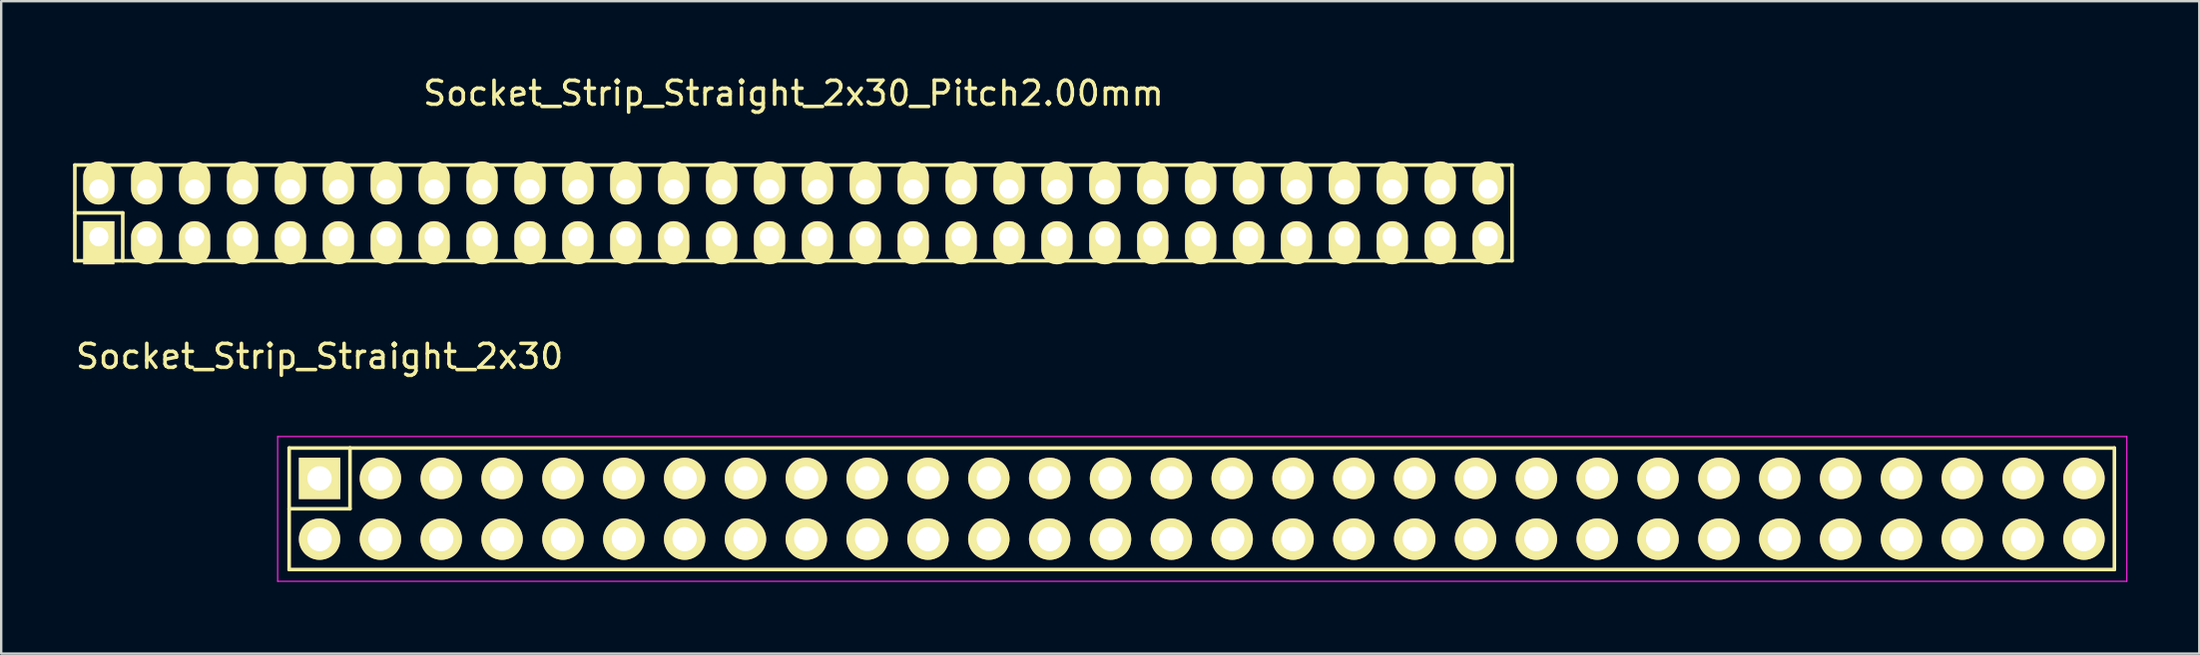
<source format=kicad_pcb>
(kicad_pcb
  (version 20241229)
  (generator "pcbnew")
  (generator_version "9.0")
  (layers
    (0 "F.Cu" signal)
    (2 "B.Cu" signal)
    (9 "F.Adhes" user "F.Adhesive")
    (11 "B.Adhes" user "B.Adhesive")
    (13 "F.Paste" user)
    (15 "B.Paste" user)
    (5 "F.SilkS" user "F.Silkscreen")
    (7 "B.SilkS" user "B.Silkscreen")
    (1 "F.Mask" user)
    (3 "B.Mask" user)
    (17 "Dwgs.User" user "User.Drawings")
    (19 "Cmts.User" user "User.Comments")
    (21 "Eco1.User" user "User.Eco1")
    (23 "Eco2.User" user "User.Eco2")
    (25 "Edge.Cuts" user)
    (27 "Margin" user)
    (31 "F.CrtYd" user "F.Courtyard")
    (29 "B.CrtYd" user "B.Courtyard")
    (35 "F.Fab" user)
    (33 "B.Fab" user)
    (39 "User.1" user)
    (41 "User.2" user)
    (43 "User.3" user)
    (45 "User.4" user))
  (footprint "Socket_Strip_Straight_2x30_Pitch2.00mm"
    (layer "F.Cu")
    (at 30.075 5.848)
    (property "Reference" "Socket_Strip_Straight_2x30_Pitch2.00mm" (at 0 -5 0) (layer "F.SilkS") (effects (font (size 1 1) (thickness 0.15))))
    (attr through_hole)
    (fp_line (start -30 -2) (end 30 -2) (stroke (width 0.15) (type solid)) (layer "F.SilkS"))
    (fp_line (start -30 0) (end -28 0) (stroke (width 0.15) (type solid)) (layer "F.SilkS"))
    (fp_line (start -30 2) (end -30 -2) (stroke (width 0.15) (type solid)) (layer "F.SilkS"))
    (fp_line (start -28 0) (end -28 2) (stroke (width 0.15) (type solid)) (layer "F.SilkS"))
    (fp_line (start 30 -2) (end 30 2) (stroke (width 0.15) (type solid)) (layer "F.SilkS"))
    (fp_line (start 30 2) (end -30 2) (stroke (width 0.15) (type solid)) (layer "F.SilkS"))
    (pad "1" thru_hole rect (at -29 1) (size 1.3 1.8) (drill 0.8 (offset 0 0.25)) (layers "*.Cu" "*.Mask" "F.SilkS"))
    (pad "2" thru_hole oval (at -29 -1) (size 1.3 1.8) (drill 0.8 (offset 0 -0.25)) (layers "*.Cu" "*.Mask" "F.SilkS"))
    (pad "3" thru_hole oval (at -27 1) (size 1.3 1.8) (drill 0.8 (offset 0 0.25)) (layers "*.Cu" "*.Mask" "F.SilkS"))
    (pad "4" thru_hole oval (at -27 -1) (size 1.3 1.8) (drill 0.8 (offset 0 -0.25)) (layers "*.Cu" "*.Mask" "F.SilkS"))
    (pad "5" thru_hole oval (at -25 1) (size 1.3 1.8) (drill 0.8 (offset 0 0.25)) (layers "*.Cu" "*.Mask" "F.SilkS"))
    (pad "6" thru_hole oval (at -25 -1) (size 1.3 1.8) (drill 0.8 (offset 0 -0.25)) (layers "*.Cu" "*.Mask" "F.SilkS"))
    (pad "7" thru_hole oval (at -23 1) (size 1.3 1.8) (drill 0.8 (offset 0 0.25)) (layers "*.Cu" "*.Mask" "F.SilkS"))
    (pad "8" thru_hole oval (at -23 -1) (size 1.3 1.8) (drill 0.8 (offset 0 -0.25)) (layers "*.Cu" "*.Mask" "F.SilkS"))
    (pad "9" thru_hole oval (at -21 1) (size 1.3 1.8) (drill 0.8 (offset 0 0.25)) (layers "*.Cu" "*.Mask" "F.SilkS"))
    (pad "10" thru_hole oval (at -21 -1) (size 1.3 1.8) (drill 0.8 (offset 0 -0.25)) (layers "*.Cu" "*.Mask" "F.SilkS"))
    (pad "11" thru_hole oval (at -19 1) (size 1.3 1.8) (drill 0.8 (offset 0 0.25)) (layers "*.Cu" "*.Mask" "F.SilkS"))
    (pad "12" thru_hole oval (at -19 -1) (size 1.3 1.8) (drill 0.8 (offset 0 -0.25)) (layers "*.Cu" "*.Mask" "F.SilkS"))
    (pad "13" thru_hole oval (at -17 1) (size 1.3 1.8) (drill 0.8 (offset 0 0.25)) (layers "*.Cu" "*.Mask" "F.SilkS"))
    (pad "14" thru_hole oval (at -17 -1) (size 1.3 1.8) (drill 0.8 (offset 0 -0.25)) (layers "*.Cu" "*.Mask" "F.SilkS"))
    (pad "15" thru_hole oval (at -15 1) (size 1.3 1.8) (drill 0.8 (offset 0 0.25)) (layers "*.Cu" "*.Mask" "F.SilkS"))
    (pad "16" thru_hole oval (at -15 -1) (size 1.3 1.8) (drill 0.8 (offset 0 -0.25)) (layers "*.Cu" "*.Mask" "F.SilkS"))
    (pad "17" thru_hole oval (at -13 1) (size 1.3 1.8) (drill 0.8 (offset 0 0.25)) (layers "*.Cu" "*.Mask" "F.SilkS"))
    (pad "18" thru_hole oval (at -13 -1) (size 1.3 1.8) (drill 0.8 (offset 0 -0.25)) (layers "*.Cu" "*.Mask" "F.SilkS"))
    (pad "19" thru_hole oval (at -11 1) (size 1.3 1.8) (drill 0.8 (offset 0 0.25)) (layers "*.Cu" "*.Mask" "F.SilkS"))
    (pad "20" thru_hole oval (at -11 -1) (size 1.3 1.8) (drill 0.8 (offset 0 -0.25)) (layers "*.Cu" "*.Mask" "F.SilkS"))
    (pad "21" thru_hole oval (at -9 1) (size 1.3 1.8) (drill 0.8 (offset 0 0.25)) (layers "*.Cu" "*.Mask" "F.SilkS"))
    (pad "22" thru_hole oval (at -9 -1) (size 1.3 1.8) (drill 0.8 (offset 0 -0.25)) (layers "*.Cu" "*.Mask" "F.SilkS"))
    (pad "23" thru_hole oval (at -7 1) (size 1.3 1.8) (drill 0.8 (offset 0 0.25)) (layers "*.Cu" "*.Mask" "F.SilkS"))
    (pad "24" thru_hole oval (at -7 -1) (size 1.3 1.8) (drill 0.8 (offset 0 -0.25)) (layers "*.Cu" "*.Mask" "F.SilkS"))
    (pad "25" thru_hole oval (at -5 1) (size 1.3 1.8) (drill 0.8 (offset 0 0.25)) (layers "*.Cu" "*.Mask" "F.SilkS"))
    (pad "26" thru_hole oval (at -5 -1) (size 1.3 1.8) (drill 0.8 (offset 0 -0.25)) (layers "*.Cu" "*.Mask" "F.SilkS"))
    (pad "27" thru_hole oval (at -3 1) (size 1.3 1.8) (drill 0.8 (offset 0 0.25)) (layers "*.Cu" "*.Mask" "F.SilkS"))
    (pad "28" thru_hole oval (at -3 -1) (size 1.3 1.8) (drill 0.8 (offset 0 -0.25)) (layers "*.Cu" "*.Mask" "F.SilkS"))
    (pad "29" thru_hole oval (at -1 1) (size 1.3 1.8) (drill 0.8 (offset 0 0.25)) (layers "*.Cu" "*.Mask" "F.SilkS"))
    (pad "30" thru_hole oval (at -1 -1) (size 1.3 1.8) (drill 0.8 (offset 0 -0.25)) (layers "*.Cu" "*.Mask" "F.SilkS"))
    (pad "31" thru_hole oval (at 1 1) (size 1.3 1.8) (drill 0.8 (offset 0 0.25)) (layers "*.Cu" "*.Mask" "F.SilkS"))
    (pad "32" thru_hole oval (at 1 -1) (size 1.3 1.8) (drill 0.8 (offset 0 -0.25)) (layers "*.Cu" "*.Mask" "F.SilkS"))
    (pad "33" thru_hole oval (at 3 1) (size 1.3 1.8) (drill 0.8 (offset 0 0.25)) (layers "*.Cu" "*.Mask" "F.SilkS"))
    (pad "34" thru_hole oval (at 3 -1) (size 1.3 1.8) (drill 0.8 (offset 0 -0.25)) (layers "*.Cu" "*.Mask" "F.SilkS"))
    (pad "35" thru_hole oval (at 5 1) (size 1.3 1.8) (drill 0.8 (offset 0 0.25)) (layers "*.Cu" "*.Mask" "F.SilkS"))
    (pad "36" thru_hole oval (at 5 -1) (size 1.3 1.8) (drill 0.8 (offset 0 -0.25)) (layers "*.Cu" "*.Mask" "F.SilkS"))
    (pad "37" thru_hole oval (at 7 1) (size 1.3 1.8) (drill 0.8 (offset 0 0.25)) (layers "*.Cu" "*.Mask" "F.SilkS"))
    (pad "38" thru_hole oval (at 7 -1) (size 1.3 1.8) (drill 0.8 (offset 0 -0.25)) (layers "*.Cu" "*.Mask" "F.SilkS"))
    (pad "39" thru_hole oval (at 9 1) (size 1.3 1.8) (drill 0.8 (offset 0 0.25)) (layers "*.Cu" "*.Mask" "F.SilkS"))
    (pad "40" thru_hole oval (at 9 -1) (size 1.3 1.8) (drill 0.8 (offset 0 -0.25)) (layers "*.Cu" "*.Mask" "F.SilkS"))
    (pad "41" thru_hole oval (at 11 1) (size 1.3 1.8) (drill 0.8 (offset 0 0.25)) (layers "*.Cu" "*.Mask" "F.SilkS"))
    (pad "42" thru_hole oval (at 11 -1) (size 1.3 1.8) (drill 0.8 (offset 0 -0.25)) (layers "*.Cu" "*.Mask" "F.SilkS"))
    (pad "43" thru_hole oval (at 13 1) (size 1.3 1.8) (drill 0.8 (offset 0 0.25)) (layers "*.Cu" "*.Mask" "F.SilkS"))
    (pad "44" thru_hole oval (at 13 -1) (size 1.3 1.8) (drill 0.8 (offset 0 -0.25)) (layers "*.Cu" "*.Mask" "F.SilkS"))
    (pad "45" thru_hole oval (at 15 1) (size 1.3 1.8) (drill 0.8 (offset 0 0.25)) (layers "*.Cu" "*.Mask" "F.SilkS"))
    (pad "46" thru_hole oval (at 15 -1) (size 1.3 1.8) (drill 0.8 (offset 0 -0.25)) (layers "*.Cu" "*.Mask" "F.SilkS"))
    (pad "47" thru_hole oval (at 17 1) (size 1.3 1.8) (drill 0.8 (offset 0 0.25)) (layers "*.Cu" "*.Mask" "F.SilkS"))
    (pad "48" thru_hole oval (at 17 -1) (size 1.3 1.8) (drill 0.8 (offset 0 -0.25)) (layers "*.Cu" "*.Mask" "F.SilkS"))
    (pad "49" thru_hole oval (at 19 1) (size 1.3 1.8) (drill 0.8 (offset 0 0.25)) (layers "*.Cu" "*.Mask" "F.SilkS"))
    (pad "50" thru_hole oval (at 19 -1) (size 1.3 1.8) (drill 0.8 (offset 0 -0.25)) (layers "*.Cu" "*.Mask" "F.SilkS"))
    (pad "51" thru_hole oval (at 21 1) (size 1.3 1.8) (drill 0.8 (offset 0 0.25)) (layers "*.Cu" "*.Mask" "F.SilkS"))
    (pad "52" thru_hole oval (at 21 -1) (size 1.3 1.8) (drill 0.8 (offset 0 -0.25)) (layers "*.Cu" "*.Mask" "F.SilkS"))
    (pad "53" thru_hole oval (at 23 1) (size 1.3 1.8) (drill 0.8 (offset 0 0.25)) (layers "*.Cu" "*.Mask" "F.SilkS"))
    (pad "54" thru_hole oval (at 23 -1) (size 1.3 1.8) (drill 0.8 (offset 0 -0.25)) (layers "*.Cu" "*.Mask" "F.SilkS"))
    (pad "55" thru_hole oval (at 25 1) (size 1.3 1.8) (drill 0.8 (offset 0 0.25)) (layers "*.Cu" "*.Mask" "F.SilkS"))
    (pad "56" thru_hole oval (at 25 -1) (size 1.3 1.8) (drill 0.8 (offset 0 -0.25)) (layers "*.Cu" "*.Mask" "F.SilkS"))
    (pad "57" thru_hole oval (at 27 1) (size 1.3 1.8) (drill 0.8 (offset 0 0.25)) (layers "*.Cu" "*.Mask" "F.SilkS"))
    (pad "58" thru_hole oval (at 27 -1) (size 1.3 1.8) (drill 0.8 (offset 0 -0.25)) (layers "*.Cu" "*.Mask" "F.SilkS"))
    (pad "59" thru_hole oval (at 29 1) (size 1.3 1.8) (drill 0.8 (offset 0 0.25)) (layers "*.Cu" "*.Mask" "F.SilkS"))
    (pad "60" thru_hole oval (at 29 -1) (size 1.3 1.8) (drill 0.8 (offset 0 -0.25)) (layers "*.Cu" "*.Mask" "F.SilkS")))
  (footprint "Socket_Strip_Straight_2x30"
    (layer "F.Cu")
    (at 10.292 16.947)
    (property "Reference" "Socket_Strip_Straight_2x30" (at 0 -5.1 0) (layer "F.SilkS") (effects (font (size 1 1) (thickness 0.15))))
    (attr through_hole)
    (fp_line (start -1.27 -1.27) (end -1.27 1.27) (stroke (width 0.15) (type solid)) (layer "F.SilkS"))
    (fp_line (start -1.27 -1.27) (end 1.27 -1.27) (stroke (width 0.15) (type solid)) (layer "F.SilkS"))
    (fp_line (start -1.27 1.27) (end 1.27 1.27) (stroke (width 0.15) (type solid)) (layer "F.SilkS"))
    (fp_line (start -1.27 3.81) (end -1.27 1.27) (stroke (width 0.15) (type solid)) (layer "F.SilkS"))
    (fp_line (start -1.27 3.81) (end 74.93 3.81) (stroke (width 0.15) (type solid)) (layer "F.SilkS"))
    (fp_line (start 1.27 1.27) (end 1.27 -1.27) (stroke (width 0.15) (type solid)) (layer "F.SilkS"))
    (fp_line (start 74.93 -1.27) (end 1.27 -1.27) (stroke (width 0.15) (type solid)) (layer "F.SilkS"))
    (fp_line (start 74.93 3.81) (end 74.93 -1.27) (stroke (width 0.15) (type solid)) (layer "F.SilkS"))
    (fp_line (start -1.75 -1.75) (end -1.75 4.3) (stroke (width 0.05) (type solid)) (layer "F.CrtYd"))
    (fp_line (start -1.75 -1.75) (end 75.45 -1.75) (stroke (width 0.05) (type solid)) (layer "F.CrtYd"))
    (fp_line (start -1.75 4.3) (end 75.45 4.3) (stroke (width 0.05) (type solid)) (layer "F.CrtYd"))
    (fp_line (start 75.45 -1.75) (end 75.45 4.3) (stroke (width 0.05) (type solid)) (layer "F.CrtYd"))
    (pad "1" thru_hole rect (at 0 0) (size 1.727 1.727) (drill 1.016) (layers "*.Cu" "*.Mask" "F.SilkS"))
    (pad "2" thru_hole oval (at 0 2.54) (size 1.727 1.727) (drill 1.016) (layers "*.Cu" "*.Mask" "F.SilkS"))
    (pad "3" thru_hole oval (at 2.54 0) (size 1.727 1.727) (drill 1.016) (layers "*.Cu" "*.Mask" "F.SilkS"))
    (pad "4" thru_hole oval (at 2.54 2.54) (size 1.727 1.727) (drill 1.016) (layers "*.Cu" "*.Mask" "F.SilkS"))
    (pad "5" thru_hole oval (at 5.08 0) (size 1.727 1.727) (drill 1.016) (layers "*.Cu" "*.Mask" "F.SilkS"))
    (pad "6" thru_hole oval (at 5.08 2.54) (size 1.727 1.727) (drill 1.016) (layers "*.Cu" "*.Mask" "F.SilkS"))
    (pad "7" thru_hole oval (at 7.62 0) (size 1.727 1.727) (drill 1.016) (layers "*.Cu" "*.Mask" "F.SilkS"))
    (pad "8" thru_hole oval (at 7.62 2.54) (size 1.727 1.727) (drill 1.016) (layers "*.Cu" "*.Mask" "F.SilkS"))
    (pad "9" thru_hole oval (at 10.16 0) (size 1.727 1.727) (drill 1.016) (layers "*.Cu" "*.Mask" "F.SilkS"))
    (pad "10" thru_hole oval (at 10.16 2.54) (size 1.727 1.727) (drill 1.016) (layers "*.Cu" "*.Mask" "F.SilkS"))
    (pad "11" thru_hole oval (at 12.7 0) (size 1.727 1.727) (drill 1.016) (layers "*.Cu" "*.Mask" "F.SilkS"))
    (pad "12" thru_hole oval (at 12.7 2.54) (size 1.727 1.727) (drill 1.016) (layers "*.Cu" "*.Mask" "F.SilkS"))
    (pad "13" thru_hole oval (at 15.24 0) (size 1.727 1.727) (drill 1.016) (layers "*.Cu" "*.Mask" "F.SilkS"))
    (pad "14" thru_hole oval (at 15.24 2.54) (size 1.727 1.727) (drill 1.016) (layers "*.Cu" "*.Mask" "F.SilkS"))
    (pad "15" thru_hole oval (at 17.78 0) (size 1.727 1.727) (drill 1.016) (layers "*.Cu" "*.Mask" "F.SilkS"))
    (pad "16" thru_hole oval (at 17.78 2.54) (size 1.727 1.727) (drill 1.016) (layers "*.Cu" "*.Mask" "F.SilkS"))
    (pad "17" thru_hole oval (at 20.32 0) (size 1.727 1.727) (drill 1.016) (layers "*.Cu" "*.Mask" "F.SilkS"))
    (pad "18" thru_hole oval (at 20.32 2.54) (size 1.727 1.727) (drill 1.016) (layers "*.Cu" "*.Mask" "F.SilkS"))
    (pad "19" thru_hole oval (at 22.86 0) (size 1.727 1.727) (drill 1.016) (layers "*.Cu" "*.Mask" "F.SilkS"))
    (pad "20" thru_hole oval (at 22.86 2.54) (size 1.727 1.727) (drill 1.016) (layers "*.Cu" "*.Mask" "F.SilkS"))
    (pad "21" thru_hole oval (at 25.4 0) (size 1.727 1.727) (drill 1.016) (layers "*.Cu" "*.Mask" "F.SilkS"))
    (pad "22" thru_hole oval (at 25.4 2.54) (size 1.727 1.727) (drill 1.016) (layers "*.Cu" "*.Mask" "F.SilkS"))
    (pad "23" thru_hole oval (at 27.94 0) (size 1.727 1.727) (drill 1.016) (layers "*.Cu" "*.Mask" "F.SilkS"))
    (pad "24" thru_hole oval (at 27.94 2.54) (size 1.727 1.727) (drill 1.016) (layers "*.Cu" "*.Mask" "F.SilkS"))
    (pad "25" thru_hole oval (at 30.48 0) (size 1.727 1.727) (drill 1.016) (layers "*.Cu" "*.Mask" "F.SilkS"))
    (pad "26" thru_hole oval (at 30.48 2.54) (size 1.727 1.727) (drill 1.016) (layers "*.Cu" "*.Mask" "F.SilkS"))
    (pad "27" thru_hole oval (at 33.02 0) (size 1.727 1.727) (drill 1.016) (layers "*.Cu" "*.Mask" "F.SilkS"))
    (pad "28" thru_hole oval (at 33.02 2.54) (size 1.727 1.727) (drill 1.016) (layers "*.Cu" "*.Mask" "F.SilkS"))
    (pad "29" thru_hole oval (at 35.56 0) (size 1.727 1.727) (drill 1.016) (layers "*.Cu" "*.Mask" "F.SilkS"))
    (pad "30" thru_hole oval (at 35.56 2.54) (size 1.727 1.727) (drill 1.016) (layers "*.Cu" "*.Mask" "F.SilkS"))
    (pad "31" thru_hole oval (at 38.1 0) (size 1.727 1.727) (drill 1.016) (layers "*.Cu" "*.Mask" "F.SilkS"))
    (pad "32" thru_hole oval (at 38.1 2.54) (size 1.727 1.727) (drill 1.016) (layers "*.Cu" "*.Mask" "F.SilkS"))
    (pad "33" thru_hole oval (at 40.64 0) (size 1.727 1.727) (drill 1.016) (layers "*.Cu" "*.Mask" "F.SilkS"))
    (pad "34" thru_hole oval (at 40.64 2.54) (size 1.727 1.727) (drill 1.016) (layers "*.Cu" "*.Mask" "F.SilkS"))
    (pad "35" thru_hole oval (at 43.18 0) (size 1.727 1.727) (drill 1.016) (layers "*.Cu" "*.Mask" "F.SilkS"))
    (pad "36" thru_hole oval (at 43.18 2.54) (size 1.727 1.727) (drill 1.016) (layers "*.Cu" "*.Mask" "F.SilkS"))
    (pad "37" thru_hole oval (at 45.72 0) (size 1.727 1.727) (drill 1.016) (layers "*.Cu" "*.Mask" "F.SilkS"))
    (pad "38" thru_hole oval (at 45.72 2.54) (size 1.727 1.727) (drill 1.016) (layers "*.Cu" "*.Mask" "F.SilkS"))
    (pad "39" thru_hole oval (at 48.26 0) (size 1.727 1.727) (drill 1.016) (layers "*.Cu" "*.Mask" "F.SilkS"))
    (pad "40" thru_hole oval (at 48.26 2.54) (size 1.727 1.727) (drill 1.016) (layers "*.Cu" "*.Mask" "F.SilkS"))
    (pad "41" thru_hole oval (at 50.8 0) (size 1.727 1.727) (drill 1.016) (layers "*.Cu" "*.Mask" "F.SilkS"))
    (pad "42" thru_hole oval (at 50.8 2.54) (size 1.727 1.727) (drill 1.016) (layers "*.Cu" "*.Mask" "F.SilkS"))
    (pad "43" thru_hole oval (at 53.34 0) (size 1.727 1.727) (drill 1.016) (layers "*.Cu" "*.Mask" "F.SilkS"))
    (pad "44" thru_hole oval (at 53.34 2.54) (size 1.727 1.727) (drill 1.016) (layers "*.Cu" "*.Mask" "F.SilkS"))
    (pad "45" thru_hole oval (at 55.88 0) (size 1.727 1.727) (drill 1.016) (layers "*.Cu" "*.Mask" "F.SilkS"))
    (pad "46" thru_hole oval (at 55.88 2.54) (size 1.727 1.727) (drill 1.016) (layers "*.Cu" "*.Mask" "F.SilkS"))
    (pad "47" thru_hole oval (at 58.42 0) (size 1.727 1.727) (drill 1.016) (layers "*.Cu" "*.Mask" "F.SilkS"))
    (pad "48" thru_hole oval (at 58.42 2.54) (size 1.727 1.727) (drill 1.016) (layers "*.Cu" "*.Mask" "F.SilkS"))
    (pad "49" thru_hole oval (at 60.96 0) (size 1.727 1.727) (drill 1.016) (layers "*.Cu" "*.Mask" "F.SilkS"))
    (pad "50" thru_hole oval (at 60.96 2.54) (size 1.727 1.727) (drill 1.016) (layers "*.Cu" "*.Mask" "F.SilkS"))
    (pad "51" thru_hole oval (at 63.5 0) (size 1.727 1.727) (drill 1.016) (layers "*.Cu" "*.Mask" "F.SilkS"))
    (pad "52" thru_hole oval (at 63.5 2.54) (size 1.727 1.727) (drill 1.016) (layers "*.Cu" "*.Mask" "F.SilkS"))
    (pad "53" thru_hole oval (at 66.04 0) (size 1.727 1.727) (drill 1.016) (layers "*.Cu" "*.Mask" "F.SilkS"))
    (pad "54" thru_hole oval (at 66.04 2.54) (size 1.727 1.727) (drill 1.016) (layers "*.Cu" "*.Mask" "F.SilkS"))
    (pad "55" thru_hole oval (at 68.58 0) (size 1.727 1.727) (drill 1.016) (layers "*.Cu" "*.Mask" "F.SilkS"))
    (pad "56" thru_hole oval (at 68.58 2.54) (size 1.727 1.727) (drill 1.016) (layers "*.Cu" "*.Mask" "F.SilkS"))
    (pad "57" thru_hole oval (at 71.12 0) (size 1.727 1.727) (drill 1.016) (layers "*.Cu" "*.Mask" "F.SilkS"))
    (pad "58" thru_hole oval (at 71.12 2.54) (size 1.727 1.727) (drill 1.016) (layers "*.Cu" "*.Mask" "F.SilkS"))
    (pad "59" thru_hole oval (at 73.66 0) (size 1.727 1.727) (drill 1.016) (layers "*.Cu" "*.Mask" "F.SilkS"))
    (pad "60" thru_hole oval (at 73.66 2.54) (size 1.727 1.727) (drill 1.016) (layers "*.Cu" "*.Mask" "F.SilkS")))
  (gr_rect
    (start -3 -3)
    (end 88.767 24.271)
    (stroke (width 0.1) (type default))
    (fill no)
    (layer "Edge.Cuts")))
</source>
